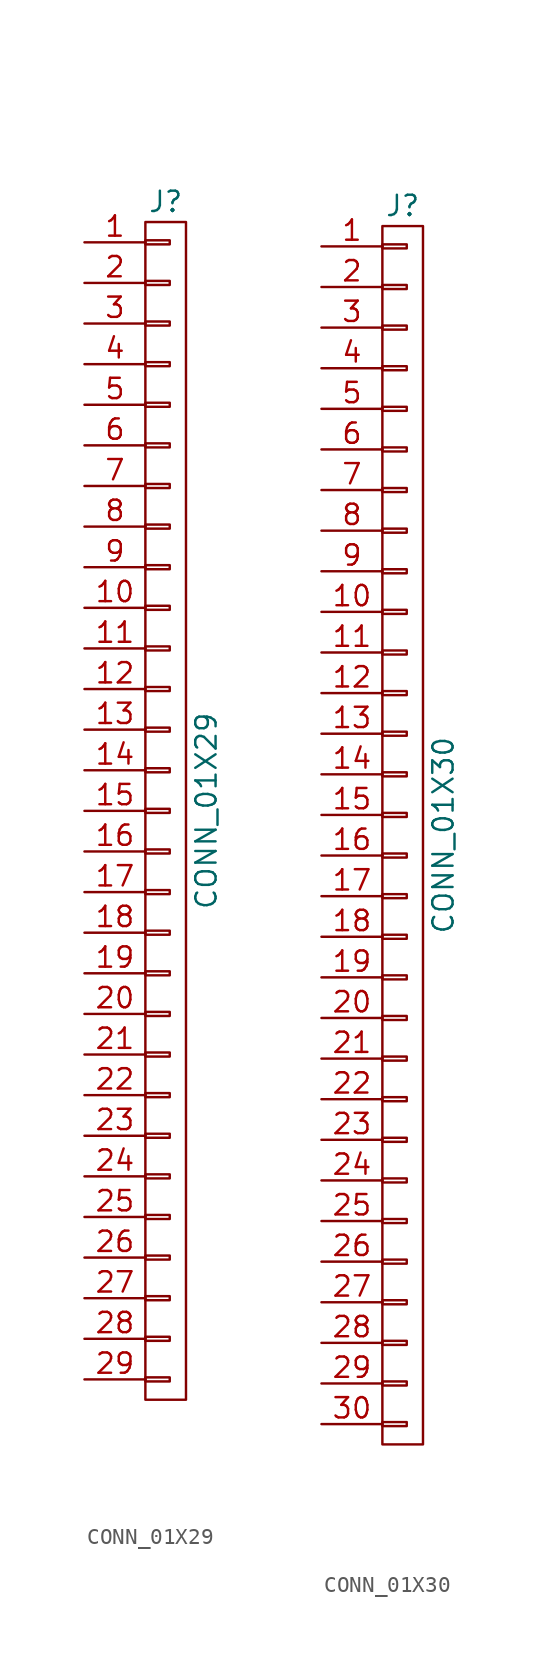
<source format=kicad_sym>
(kicad_symbol_lib
  (version 20211014)
  (generator kicad_symbol_editor)
  (symbol "CONN_01X29"
    (pin_names
      (offset 1.016) hide)
    (property "Reference" "J"
      (at 0 38.1 0)
      (effects (font (size 1.27 1.27))))
    (property "Value" "CONN_01X29"
      (at 2.54 0 90)
      (effects (font (size 1.27 1.27))))
    (symbol "CONN_01X29_0_1"
      (rectangle (start -1.27 -36.83) (end 1.27 36.83) (stroke (width 0) (type default) (color 0 0 0 0)) (fill (type none)))
      (rectangle (start -1.27 -35.433) (end 0.254 -35.687) (stroke (width 0) (type default) (color 0 0 0 0)) (fill (type none)))
      (rectangle (start -1.27 -32.893) (end 0.254 -33.147) (stroke (width 0) (type default) (color 0 0 0 0)) (fill (type none)))
      (rectangle (start -1.27 -30.353) (end 0.254 -30.607) (stroke (width 0) (type default) (color 0 0 0 0)) (fill (type none)))
      (rectangle (start -1.27 -27.813) (end 0.254 -28.067) (stroke (width 0) (type default) (color 0 0 0 0)) (fill (type none)))
      (rectangle (start -1.27 -25.273) (end 0.254 -25.527) (stroke (width 0) (type default) (color 0 0 0 0)) (fill (type none)))
      (rectangle (start -1.27 -22.733) (end 0.254 -22.987) (stroke (width 0) (type default) (color 0 0 0 0)) (fill (type none)))
      (rectangle (start -1.27 -20.193) (end 0.254 -20.447) (stroke (width 0) (type default) (color 0 0 0 0)) (fill (type none)))
      (rectangle (start -1.27 -17.653) (end 0.254 -17.907) (stroke (width 0) (type default) (color 0 0 0 0)) (fill (type none)))
      (rectangle (start -1.27 -15.113) (end 0.254 -15.367) (stroke (width 0) (type default) (color 0 0 0 0)) (fill (type none)))
      (rectangle (start -1.27 -12.573) (end 0.254 -12.827) (stroke (width 0) (type default) (color 0 0 0 0)) (fill (type none)))
      (rectangle (start -1.27 -10.033) (end 0.254 -10.287) (stroke (width 0) (type default) (color 0 0 0 0)) (fill (type none)))
      (rectangle (start -1.27 -7.493) (end 0.254 -7.747) (stroke (width 0) (type default) (color 0 0 0 0)) (fill (type none)))
      (rectangle (start -1.27 -4.953) (end 0.254 -5.207) (stroke (width 0) (type default) (color 0 0 0 0)) (fill (type none)))
      (rectangle (start -1.27 -2.413) (end 0.254 -2.667) (stroke (width 0) (type default) (color 0 0 0 0)) (fill (type none)))
      (rectangle (start -1.27 0.127) (end 0.254 -0.127) (stroke (width 0) (type default) (color 0 0 0 0)) (fill (type none)))
      (rectangle (start -1.27 2.667) (end 0.254 2.413) (stroke (width 0) (type default) (color 0 0 0 0)) (fill (type none)))
      (rectangle (start -1.27 5.207) (end 0.254 4.953) (stroke (width 0) (type default) (color 0 0 0 0)) (fill (type none)))
      (rectangle (start -1.27 7.747) (end 0.254 7.493) (stroke (width 0) (type default) (color 0 0 0 0)) (fill (type none)))
      (rectangle (start -1.27 10.287) (end 0.254 10.033) (stroke (width 0) (type default) (color 0 0 0 0)) (fill (type none)))
      (rectangle (start -1.27 12.827) (end 0.254 12.573) (stroke (width 0) (type default) (color 0 0 0 0)) (fill (type none)))
      (rectangle (start -1.27 15.367) (end 0.254 15.113) (stroke (width 0) (type default) (color 0 0 0 0)) (fill (type none)))
      (rectangle (start -1.27 17.907) (end 0.254 17.653) (stroke (width 0) (type default) (color 0 0 0 0)) (fill (type none)))
      (rectangle (start -1.27 20.447) (end 0.254 20.193) (stroke (width 0) (type default) (color 0 0 0 0)) (fill (type none)))
      (rectangle (start -1.27 22.987) (end 0.254 22.733) (stroke (width 0) (type default) (color 0 0 0 0)) (fill (type none)))
      (rectangle (start -1.27 25.527) (end 0.254 25.273) (stroke (width 0) (type default) (color 0 0 0 0)) (fill (type none)))
      (rectangle (start -1.27 28.067) (end 0.254 27.813) (stroke (width 0) (type default) (color 0 0 0 0)) (fill (type none)))
      (rectangle (start -1.27 30.607) (end 0.254 30.353) (stroke (width 0) (type default) (color 0 0 0 0)) (fill (type none)))
      (rectangle (start -1.27 33.147) (end 0.254 32.893) (stroke (width 0) (type default) (color 0 0 0 0)) (fill (type none)))
      (rectangle (start -1.27 35.687) (end 0.254 35.433) (stroke (width 0) (type default) (color 0 0 0 0)) (fill (type none))))
    (symbol "CONN_01X29_1_1"
      (pin passive line (at -5.08 35.56 0) (length 3.81) (name "P1" (effects (font (size 1.27 1.27)))) (number "1" (effects (font (size 1.27 1.27)))))
      (pin passive line (at -5.08 12.7 0) (length 3.81) (name "P10" (effects (font (size 1.27 1.27)))) (number "10" (effects (font (size 1.27 1.27)))))
      (pin passive line (at -5.08 10.16 0) (length 3.81) (name "P11" (effects (font (size 1.27 1.27)))) (number "11" (effects (font (size 1.27 1.27)))))
      (pin passive line (at -5.08 7.62 0) (length 3.81) (name "P12" (effects (font (size 1.27 1.27)))) (number "12" (effects (font (size 1.27 1.27)))))
      (pin passive line (at -5.08 5.08 0) (length 3.81) (name "P13" (effects (font (size 1.27 1.27)))) (number "13" (effects (font (size 1.27 1.27)))))
      (pin passive line (at -5.08 2.54 0) (length 3.81) (name "P14" (effects (font (size 1.27 1.27)))) (number "14" (effects (font (size 1.27 1.27)))))
      (pin passive line (at -5.08 0 0) (length 3.81) (name "P15" (effects (font (size 1.27 1.27)))) (number "15" (effects (font (size 1.27 1.27)))))
      (pin passive line (at -5.08 -2.54 0) (length 3.81) (name "P16" (effects (font (size 1.27 1.27)))) (number "16" (effects (font (size 1.27 1.27)))))
      (pin passive line (at -5.08 -5.08 0) (length 3.81) (name "P17" (effects (font (size 1.27 1.27)))) (number "17" (effects (font (size 1.27 1.27)))))
      (pin passive line (at -5.08 -7.62 0) (length 3.81) (name "P18" (effects (font (size 1.27 1.27)))) (number "18" (effects (font (size 1.27 1.27)))))
      (pin passive line (at -5.08 -10.16 0) (length 3.81) (name "P19" (effects (font (size 1.27 1.27)))) (number "19" (effects (font (size 1.27 1.27)))))
      (pin passive line (at -5.08 33.02 0) (length 3.81) (name "P2" (effects (font (size 1.27 1.27)))) (number "2" (effects (font (size 1.27 1.27)))))
      (pin passive line (at -5.08 -12.7 0) (length 3.81) (name "P20" (effects (font (size 1.27 1.27)))) (number "20" (effects (font (size 1.27 1.27)))))
      (pin passive line (at -5.08 -15.24 0) (length 3.81) (name "P21" (effects (font (size 1.27 1.27)))) (number "21" (effects (font (size 1.27 1.27)))))
      (pin passive line (at -5.08 -17.78 0) (length 3.81) (name "P22" (effects (font (size 1.27 1.27)))) (number "22" (effects (font (size 1.27 1.27)))))
      (pin passive line (at -5.08 -20.32 0) (length 3.81) (name "P23" (effects (font (size 1.27 1.27)))) (number "23" (effects (font (size 1.27 1.27)))))
      (pin passive line (at -5.08 -22.86 0) (length 3.81) (name "P24" (effects (font (size 1.27 1.27)))) (number "24" (effects (font (size 1.27 1.27)))))
      (pin passive line (at -5.08 -25.4 0) (length 3.81) (name "P25" (effects (font (size 1.27 1.27)))) (number "25" (effects (font (size 1.27 1.27)))))
      (pin passive line (at -5.08 -27.94 0) (length 3.81) (name "P26" (effects (font (size 1.27 1.27)))) (number "26" (effects (font (size 1.27 1.27)))))
      (pin passive line (at -5.08 -30.48 0) (length 3.81) (name "P27" (effects (font (size 1.27 1.27)))) (number "27" (effects (font (size 1.27 1.27)))))
      (pin passive line (at -5.08 -33.02 0) (length 3.81) (name "P28" (effects (font (size 1.27 1.27)))) (number "28" (effects (font (size 1.27 1.27)))))
      (pin passive line (at -5.08 -35.56 0) (length 3.81) (name "P29" (effects (font (size 1.27 1.27)))) (number "29" (effects (font (size 1.27 1.27)))))
      (pin passive line (at -5.08 30.48 0) (length 3.81) (name "P3" (effects (font (size 1.27 1.27)))) (number "3" (effects (font (size 1.27 1.27)))))
      (pin passive line (at -5.08 27.94 0) (length 3.81) (name "P4" (effects (font (size 1.27 1.27)))) (number "4" (effects (font (size 1.27 1.27)))))
      (pin passive line (at -5.08 25.4 0) (length 3.81) (name "P5" (effects (font (size 1.27 1.27)))) (number "5" (effects (font (size 1.27 1.27)))))
      (pin passive line (at -5.08 22.86 0) (length 3.81) (name "P6" (effects (font (size 1.27 1.27)))) (number "6" (effects (font (size 1.27 1.27)))))
      (pin passive line (at -5.08 20.32 0) (length 3.81) (name "P7" (effects (font (size 1.27 1.27)))) (number "7" (effects (font (size 1.27 1.27)))))
      (pin passive line (at -5.08 17.78 0) (length 3.81) (name "P8" (effects (font (size 1.27 1.27)))) (number "8" (effects (font (size 1.27 1.27)))))
      (pin passive line (at -5.08 15.24 0) (length 3.81) (name "P9" (effects (font (size 1.27 1.27)))) (number "9" (effects (font (size 1.27 1.27)))))))
  (symbol "CONN_01X30"
    (pin_names
      (offset 1.016) hide)
    (property "Reference" "J"
      (at 0 39.37 0)
      (effects (font (size 1.27 1.27))))
    (property "Value" "CONN_01X30"
      (at 2.54 0 90)
      (effects (font (size 1.27 1.27))))
    (symbol "CONN_01X30_0_1"
      (rectangle (start -1.27 -38.1) (end 1.27 38.1) (stroke (width 0) (type default) (color 0 0 0 0)) (fill (type none)))
      (rectangle (start -1.27 -36.703) (end 0.254 -36.957) (stroke (width 0) (type default) (color 0 0 0 0)) (fill (type none)))
      (rectangle (start -1.27 -34.163) (end 0.254 -34.417) (stroke (width 0) (type default) (color 0 0 0 0)) (fill (type none)))
      (rectangle (start -1.27 -31.623) (end 0.254 -31.877) (stroke (width 0) (type default) (color 0 0 0 0)) (fill (type none)))
      (rectangle (start -1.27 -29.083) (end 0.254 -29.337) (stroke (width 0) (type default) (color 0 0 0 0)) (fill (type none)))
      (rectangle (start -1.27 -26.543) (end 0.254 -26.797) (stroke (width 0) (type default) (color 0 0 0 0)) (fill (type none)))
      (rectangle (start -1.27 -24.003) (end 0.254 -24.257) (stroke (width 0) (type default) (color 0 0 0 0)) (fill (type none)))
      (rectangle (start -1.27 -21.463) (end 0.254 -21.717) (stroke (width 0) (type default) (color 0 0 0 0)) (fill (type none)))
      (rectangle (start -1.27 -18.923) (end 0.254 -19.177) (stroke (width 0) (type default) (color 0 0 0 0)) (fill (type none)))
      (rectangle (start -1.27 -16.383) (end 0.254 -16.637) (stroke (width 0) (type default) (color 0 0 0 0)) (fill (type none)))
      (rectangle (start -1.27 -13.843) (end 0.254 -14.097) (stroke (width 0) (type default) (color 0 0 0 0)) (fill (type none)))
      (rectangle (start -1.27 -11.303) (end 0.254 -11.557) (stroke (width 0) (type default) (color 0 0 0 0)) (fill (type none)))
      (rectangle (start -1.27 -8.763) (end 0.254 -9.017) (stroke (width 0) (type default) (color 0 0 0 0)) (fill (type none)))
      (rectangle (start -1.27 -6.223) (end 0.254 -6.477) (stroke (width 0) (type default) (color 0 0 0 0)) (fill (type none)))
      (rectangle (start -1.27 -3.683) (end 0.254 -3.937) (stroke (width 0) (type default) (color 0 0 0 0)) (fill (type none)))
      (rectangle (start -1.27 -1.143) (end 0.254 -1.397) (stroke (width 0) (type default) (color 0 0 0 0)) (fill (type none)))
      (rectangle (start -1.27 1.397) (end 0.254 1.143) (stroke (width 0) (type default) (color 0 0 0 0)) (fill (type none)))
      (rectangle (start -1.27 3.937) (end 0.254 3.683) (stroke (width 0) (type default) (color 0 0 0 0)) (fill (type none)))
      (rectangle (start -1.27 6.477) (end 0.254 6.223) (stroke (width 0) (type default) (color 0 0 0 0)) (fill (type none)))
      (rectangle (start -1.27 9.017) (end 0.254 8.763) (stroke (width 0) (type default) (color 0 0 0 0)) (fill (type none)))
      (rectangle (start -1.27 11.557) (end 0.254 11.303) (stroke (width 0) (type default) (color 0 0 0 0)) (fill (type none)))
      (rectangle (start -1.27 14.097) (end 0.254 13.843) (stroke (width 0) (type default) (color 0 0 0 0)) (fill (type none)))
      (rectangle (start -1.27 16.637) (end 0.254 16.383) (stroke (width 0) (type default) (color 0 0 0 0)) (fill (type none)))
      (rectangle (start -1.27 19.177) (end 0.254 18.923) (stroke (width 0) (type default) (color 0 0 0 0)) (fill (type none)))
      (rectangle (start -1.27 21.717) (end 0.254 21.463) (stroke (width 0) (type default) (color 0 0 0 0)) (fill (type none)))
      (rectangle (start -1.27 24.257) (end 0.254 24.003) (stroke (width 0) (type default) (color 0 0 0 0)) (fill (type none)))
      (rectangle (start -1.27 26.797) (end 0.254 26.543) (stroke (width 0) (type default) (color 0 0 0 0)) (fill (type none)))
      (rectangle (start -1.27 29.337) (end 0.254 29.083) (stroke (width 0) (type default) (color 0 0 0 0)) (fill (type none)))
      (rectangle (start -1.27 31.877) (end 0.254 31.623) (stroke (width 0) (type default) (color 0 0 0 0)) (fill (type none)))
      (rectangle (start -1.27 34.417) (end 0.254 34.163) (stroke (width 0) (type default) (color 0 0 0 0)) (fill (type none)))
      (rectangle (start -1.27 36.957) (end 0.254 36.703) (stroke (width 0) (type default) (color 0 0 0 0)) (fill (type none))))
    (symbol "CONN_01X30_1_1"
      (pin passive line (at -5.08 36.83 0) (length 3.81) (name "P1" (effects (font (size 1.27 1.27)))) (number "1" (effects (font (size 1.27 1.27)))))
      (pin passive line (at -5.08 13.97 0) (length 3.81) (name "P10" (effects (font (size 1.27 1.27)))) (number "10" (effects (font (size 1.27 1.27)))))
      (pin passive line (at -5.08 11.43 0) (length 3.81) (name "P11" (effects (font (size 1.27 1.27)))) (number "11" (effects (font (size 1.27 1.27)))))
      (pin passive line (at -5.08 8.89 0) (length 3.81) (name "P12" (effects (font (size 1.27 1.27)))) (number "12" (effects (font (size 1.27 1.27)))))
      (pin passive line (at -5.08 6.35 0) (length 3.81) (name "P13" (effects (font (size 1.27 1.27)))) (number "13" (effects (font (size 1.27 1.27)))))
      (pin passive line (at -5.08 3.81 0) (length 3.81) (name "P14" (effects (font (size 1.27 1.27)))) (number "14" (effects (font (size 1.27 1.27)))))
      (pin passive line (at -5.08 1.27 0) (length 3.81) (name "P15" (effects (font (size 1.27 1.27)))) (number "15" (effects (font (size 1.27 1.27)))))
      (pin passive line (at -5.08 -1.27 0) (length 3.81) (name "P16" (effects (font (size 1.27 1.27)))) (number "16" (effects (font (size 1.27 1.27)))))
      (pin passive line (at -5.08 -3.81 0) (length 3.81) (name "P17" (effects (font (size 1.27 1.27)))) (number "17" (effects (font (size 1.27 1.27)))))
      (pin passive line (at -5.08 -6.35 0) (length 3.81) (name "P18" (effects (font (size 1.27 1.27)))) (number "18" (effects (font (size 1.27 1.27)))))
      (pin passive line (at -5.08 -8.89 0) (length 3.81) (name "P19" (effects (font (size 1.27 1.27)))) (number "19" (effects (font (size 1.27 1.27)))))
      (pin passive line (at -5.08 34.29 0) (length 3.81) (name "P2" (effects (font (size 1.27 1.27)))) (number "2" (effects (font (size 1.27 1.27)))))
      (pin passive line (at -5.08 -11.43 0) (length 3.81) (name "P20" (effects (font (size 1.27 1.27)))) (number "20" (effects (font (size 1.27 1.27)))))
      (pin passive line (at -5.08 -13.97 0) (length 3.81) (name "P21" (effects (font (size 1.27 1.27)))) (number "21" (effects (font (size 1.27 1.27)))))
      (pin passive line (at -5.08 -16.51 0) (length 3.81) (name "P22" (effects (font (size 1.27 1.27)))) (number "22" (effects (font (size 1.27 1.27)))))
      (pin passive line (at -5.08 -19.05 0) (length 3.81) (name "P23" (effects (font (size 1.27 1.27)))) (number "23" (effects (font (size 1.27 1.27)))))
      (pin passive line (at -5.08 -21.59 0) (length 3.81) (name "P24" (effects (font (size 1.27 1.27)))) (number "24" (effects (font (size 1.27 1.27)))))
      (pin passive line (at -5.08 -24.13 0) (length 3.81) (name "P25" (effects (font (size 1.27 1.27)))) (number "25" (effects (font (size 1.27 1.27)))))
      (pin passive line (at -5.08 -26.67 0) (length 3.81) (name "P26" (effects (font (size 1.27 1.27)))) (number "26" (effects (font (size 1.27 1.27)))))
      (pin passive line (at -5.08 -29.21 0) (length 3.81) (name "P27" (effects (font (size 1.27 1.27)))) (number "27" (effects (font (size 1.27 1.27)))))
      (pin passive line (at -5.08 -31.75 0) (length 3.81) (name "P28" (effects (font (size 1.27 1.27)))) (number "28" (effects (font (size 1.27 1.27)))))
      (pin passive line (at -5.08 -34.29 0) (length 3.81) (name "P29" (effects (font (size 1.27 1.27)))) (number "29" (effects (font (size 1.27 1.27)))))
      (pin passive line (at -5.08 31.75 0) (length 3.81) (name "P3" (effects (font (size 1.27 1.27)))) (number "3" (effects (font (size 1.27 1.27)))))
      (pin passive line (at -5.08 -36.83 0) (length 3.81) (name "P30" (effects (font (size 1.27 1.27)))) (number "30" (effects (font (size 1.27 1.27)))))
      (pin passive line (at -5.08 29.21 0) (length 3.81) (name "P4" (effects (font (size 1.27 1.27)))) (number "4" (effects (font (size 1.27 1.27)))))
      (pin passive line (at -5.08 26.67 0) (length 3.81) (name "P5" (effects (font (size 1.27 1.27)))) (number "5" (effects (font (size 1.27 1.27)))))
      (pin passive line (at -5.08 24.13 0) (length 3.81) (name "P6" (effects (font (size 1.27 1.27)))) (number "6" (effects (font (size 1.27 1.27)))))
      (pin passive line (at -5.08 21.59 0) (length 3.81) (name "P7" (effects (font (size 1.27 1.27)))) (number "7" (effects (font (size 1.27 1.27)))))
      (pin passive line (at -5.08 19.05 0) (length 3.81) (name "P8" (effects (font (size 1.27 1.27)))) (number "8" (effects (font (size 1.27 1.27)))))
      (pin passive line (at -5.08 16.51 0) (length 3.81) (name "P9" (effects (font (size 1.27 1.27)))) (number "9" (effects (font (size 1.27 1.27))))))))
</source>
